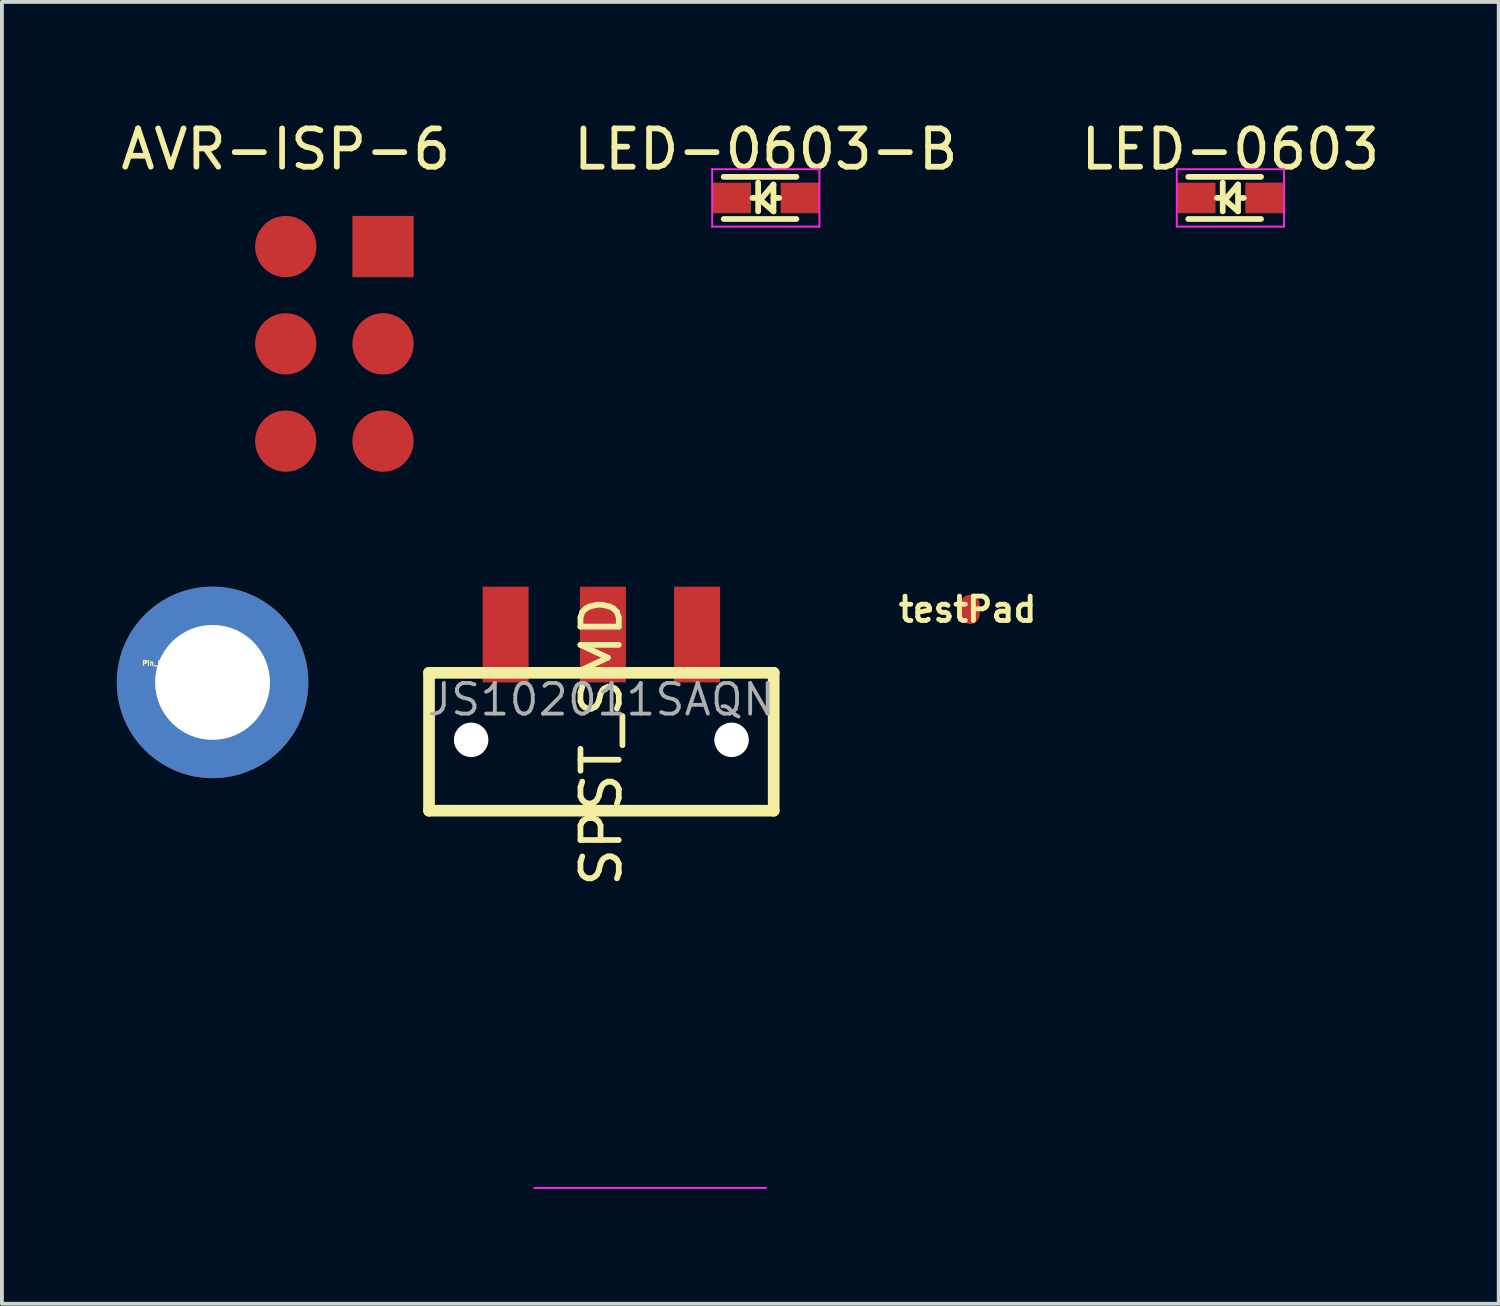
<source format=kicad_pcb>
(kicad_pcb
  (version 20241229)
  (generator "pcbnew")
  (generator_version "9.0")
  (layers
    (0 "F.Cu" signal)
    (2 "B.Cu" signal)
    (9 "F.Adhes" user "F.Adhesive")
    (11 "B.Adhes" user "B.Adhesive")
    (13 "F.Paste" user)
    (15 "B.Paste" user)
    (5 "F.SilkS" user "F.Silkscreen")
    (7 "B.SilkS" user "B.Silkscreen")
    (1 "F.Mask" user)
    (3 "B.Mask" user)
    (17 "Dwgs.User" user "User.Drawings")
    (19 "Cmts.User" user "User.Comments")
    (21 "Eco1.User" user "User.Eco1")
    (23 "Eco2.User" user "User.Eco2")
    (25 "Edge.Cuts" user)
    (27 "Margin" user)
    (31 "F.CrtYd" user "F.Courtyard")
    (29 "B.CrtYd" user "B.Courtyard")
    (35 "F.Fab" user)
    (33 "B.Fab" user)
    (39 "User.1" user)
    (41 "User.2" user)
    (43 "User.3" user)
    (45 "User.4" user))
  (footprint "AVR-ISP-6"
    (layer "F.Cu")
    (at 4.411 3.388)
    (property "Reference" "AVR-ISP-6" (at 0 -2.54 0) (layer "F.SilkS") (effects (font (size 1 1) (thickness 0.15))))
    (attr through_hole)
    (pad "1" smd circle (at 0 0) (size 1.6 1.6) (layers "F.Cu" "F.Mask" "F.Paste"))
    (pad "2" smd rect (at 2.54 0) (size 1.6 1.6) (layers "F.Cu" "F.Mask" "F.Paste"))
    (pad "3" smd oval (at 0 2.54) (size 1.6 1.6) (layers "F.Cu" "F.Mask" "F.Paste"))
    (pad "4" smd oval (at 2.54 2.54) (size 1.6 1.6) (layers "F.Cu" "F.Mask" "F.Paste"))
    (pad "5" smd oval (at 0 5.08) (size 1.6 1.6) (layers "F.Cu" "F.Mask" "F.Paste"))
    (pad "6" smd oval (at 2.54 5.08) (size 1.6 1.6) (layers "F.Cu" "F.Mask" "F.Paste")))
  (footprint "LED-0603-B"
    (layer "F.Cu")
    (at 16.946 2.118)
    (property "Reference" "LED-0603-B" (at 0 -1.27 0) (layer "F.SilkS") (effects (font (size 1 1) (thickness 0.15))))
    (attr smd)
    (fp_line (start -1.1 -0.55) (end 0.8 -0.55) (stroke (width 0.15) (type solid)) (layer "F.SilkS"))
    (fp_line (start -1.1 0.55) (end 0.8 0.55) (stroke (width 0.15) (type solid)) (layer "F.SilkS"))
    (fp_line (start -0.35 0) (end -0.15 0) (stroke (width 0.15) (type solid)) (layer "F.SilkS"))
    (fp_line (start -0.2 -0.4) (end -0.2 0.35) (stroke (width 0.15) (type solid)) (layer "F.SilkS"))
    (fp_line (start -0.2 0) (end -0.15 0) (stroke (width 0.15) (type solid)) (layer "F.SilkS"))
    (fp_line (start -0.1 0) (end 0.2 -0.35) (stroke (width 0.15) (type solid)) (layer "F.SilkS"))
    (fp_line (start 0.2 -0.35) (end 0.2 0.35) (stroke (width 0.15) (type solid)) (layer "F.SilkS"))
    (fp_line (start 0.2 0) (end 0.35 0) (stroke (width 0.15) (type solid)) (layer "F.SilkS"))
    (fp_line (start 0.2 0.35) (end -0.2 0) (stroke (width 0.15) (type solid)) (layer "F.SilkS"))
    (fp_line (start -1.4 -0.75) (end 1.4 -0.75) (stroke (width 0.05) (type solid)) (layer "F.CrtYd"))
    (fp_line (start -1.4 0.75) (end -1.4 -0.75) (stroke (width 0.05) (type solid)) (layer "F.CrtYd"))
    (fp_line (start 1.4 -0.75) (end 1.4 0.75) (stroke (width 0.05) (type solid)) (layer "F.CrtYd"))
    (fp_line (start 1.4 0.75) (end -1.4 0.75) (stroke (width 0.05) (type solid)) (layer "F.CrtYd"))
    (pad "1" smd rect (at 0.889 0 180) (size 1 0.798) (layers "F.Cu" "F.Mask" "F.Paste"))
    (pad "2" smd rect (at -0.889 0 180) (size 1 0.798) (layers "F.Cu" "F.Mask" "F.Paste")))
  (footprint "testPad"
    (layer "F.Cu")
    (at 22.279 12.863)
    (property "Reference" "testPad" (at -0.064 0 0) (layer "F.SilkS") (effects (font (size 0.635 0.635) (thickness 0.127))))
    (attr through_hole)
    (pad "1" smd oval (at 0 0) (size 0.508 0.762) (layers "F.Cu" "F.Mask" "F.Paste")))
  (footprint "SPST_SMD"
    (layer "F.Cu")
    (at 12.652 13.518)
    (property "Reference" "SPST_SMD" (at 0 2.794 270) (layer "F.SilkS") (effects (font (size 1 1) (thickness 0.15))))
    (attr through_hole)
    (fp_line (start -4.5 1) (end -4.5 4.6) (stroke (width 0.305) (type solid)) (layer "F.SilkS"))
    (fp_line (start -4.5 1) (end 4.5 1) (stroke (width 0.305) (type solid)) (layer "F.SilkS"))
    (fp_line (start -4.5 4.6) (end 4.5 4.6) (stroke (width 0.305) (type solid)) (layer "F.SilkS"))
    (fp_line (start 4.5 1) (end 4.5 4.6) (stroke (width 0.305) (type solid)) (layer "F.SilkS"))
    (fp_line (start -1.75 14.45) (end 4.3 14.45) (stroke (width 0.05) (type solid)) (layer "F.CrtYd"))
    (fp_text user "JS102011SAQN" (at 0 1.7 0) (layer "F.Fab") (effects (font (size 0.8 0.8) (thickness 0.1))))
    (pad "" np_thru_hole circle (at -3.4 2.75) (size 0.9 0.9) (drill 0.9) (layers "*.Cu" "*.Mask"))
    (pad "" np_thru_hole circle (at 3.4 2.75) (size 0.9 0.9) (drill 0.9) (layers "*.Cu" "*.Mask"))
    (pad "1" smd rect (at -2.5 0) (size 1.2 2.5) (layers "F.Cu" "F.Mask" "F.Paste"))
    (pad "2" smd rect (at 0.04 0) (size 1.2 2.5) (layers "F.Cu" "F.Mask" "F.Paste"))
    (pad "3" smd rect (at 2.5 0) (size 1.2 2.5) (layers "F.Cu" "F.Mask" "F.Paste")))
  (footprint "Pin_Header_Straight_1x01"
    (layer "F.Cu")
    (at 2.5 14.768)
    (property "Reference" "Pin_Header_Straight_1x01" (at -0.6 -0.5 0) (layer "F.SilkS") (effects (font (size 0.127 0.127) (thickness 0.032))))
    (attr through_hole)
    (pad "1" thru_hole circle (at 0 0) (size 5 5) (drill 3) (layers "*.Cu" "B.Mask")))
  (footprint "LED-0603"
    (layer "F.Cu")
    (at 29.077 2.118)
    (property "Reference" "LED-0603" (at 0 -1.27 0) (layer "F.SilkS") (effects (font (size 1 1) (thickness 0.15))))
    (attr smd)
    (fp_line (start -1.1 -0.55) (end 0.8 -0.55) (stroke (width 0.15) (type solid)) (layer "F.SilkS"))
    (fp_line (start -1.1 0.55) (end 0.8 0.55) (stroke (width 0.15) (type solid)) (layer "F.SilkS"))
    (fp_line (start -0.35 0) (end -0.15 0) (stroke (width 0.15) (type solid)) (layer "F.SilkS"))
    (fp_line (start -0.2 -0.4) (end -0.2 0.35) (stroke (width 0.15) (type solid)) (layer "F.SilkS"))
    (fp_line (start -0.2 0) (end -0.15 0) (stroke (width 0.15) (type solid)) (layer "F.SilkS"))
    (fp_line (start -0.1 0) (end 0.2 -0.35) (stroke (width 0.15) (type solid)) (layer "F.SilkS"))
    (fp_line (start 0.2 -0.35) (end 0.2 0.35) (stroke (width 0.15) (type solid)) (layer "F.SilkS"))
    (fp_line (start 0.2 0) (end 0.35 0) (stroke (width 0.15) (type solid)) (layer "F.SilkS"))
    (fp_line (start 0.2 0.35) (end -0.2 0) (stroke (width 0.15) (type solid)) (layer "F.SilkS"))
    (fp_line (start -1.4 -0.75) (end 1.4 -0.75) (stroke (width 0.05) (type solid)) (layer "F.CrtYd"))
    (fp_line (start -1.4 0.75) (end -1.4 -0.75) (stroke (width 0.05) (type solid)) (layer "F.CrtYd"))
    (fp_line (start 1.4 -0.75) (end 1.4 0.75) (stroke (width 0.05) (type solid)) (layer "F.CrtYd"))
    (fp_line (start 1.4 0.75) (end -1.4 0.75) (stroke (width 0.05) (type solid)) (layer "F.CrtYd"))
    (pad "1" smd rect (at -0.889 0 180) (size 1 0.798) (layers "F.Cu" "F.Mask" "F.Paste"))
    (pad "2" smd rect (at 0.889 0 180) (size 1 0.798) (layers "F.Cu" "F.Mask" "F.Paste")))
  (gr_rect
    (start -3 -3)
    (end 36.083 30.993)
    (stroke (width 0.1) (type default))
    (fill no)
    (layer "Edge.Cuts")))
</source>
